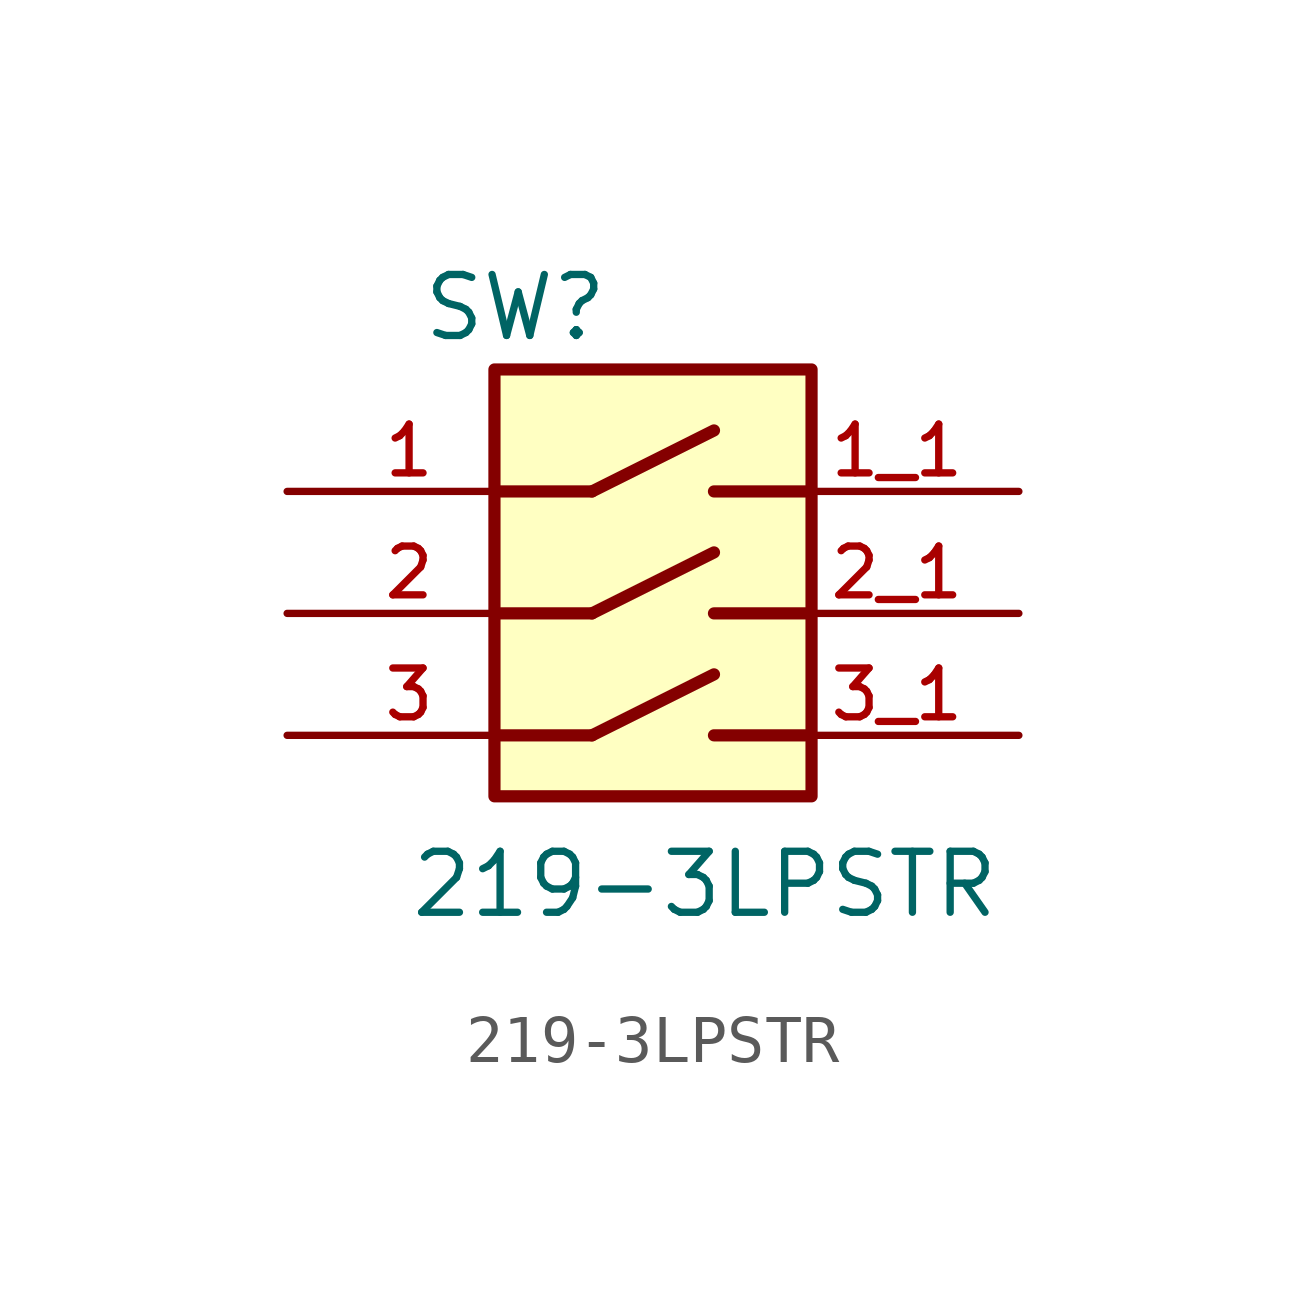
<source format=kicad_sym>
(kicad_symbol_lib
  (version 20211014)
  (generator kicad_symbol_editor)
  (symbol "219-3LPSTR"
    (pin_names
      (offset 1.016))
    (property "Reference" "SW"
      (at -4.843 5.625 0)
      (effects (font (size 1.27 1.27)) (justify bottom left)))
    (property "Value" "219-3LPSTR"
      (at -5.099 -6.388 0)
      (effects (font (size 1.27 1.27)) (justify bottom left)))
    (symbol "219-3LPSTR_0_0"
      (polyline (pts (xy -3.175 2.54) (xy -1.27 2.54)) (stroke (width 0.254)))
      (polyline (pts (xy 1.27 2.54) (xy 3.175 2.54)) (stroke (width 0.254)))
      (polyline (pts (xy -1.27 2.54) (xy 1.27 3.81)) (stroke (width 0.254)))
      (polyline (pts (xy -3.175 0.0) (xy -1.27 0.0)) (stroke (width 0.254)))
      (polyline (pts (xy 1.27 0.0) (xy 3.175 0.0)) (stroke (width 0.254)))
      (polyline (pts (xy -1.27 0.0) (xy 1.27 1.27)) (stroke (width 0.254)))
      (polyline (pts (xy -3.175 -2.54) (xy -1.27 -2.54)) (stroke (width 0.254)))
      (polyline (pts (xy 1.27 -2.54) (xy 3.175 -2.54)) (stroke (width 0.254)))
      (polyline (pts (xy -1.27 -2.54) (xy 1.27 -1.27)) (stroke (width 0.254)))
      (rectangle (start -3.302 -3.81) (end 3.302 5.08) (stroke (width 0.254)) (fill (type background)))
      (pin passive line (at -7.62 2.54 0) (length 5.08) (name "~" (effects (font (size 1.016 1.016)))) (number "1" (effects (font (size 1.016 1.016)))))
      (pin passive line (at 7.62 2.54 180.0) (length 5.08) (name "~" (effects (font (size 1.016 1.016)))) (number "1_1" (effects (font (size 1.016 1.016)))))
      (pin passive line (at -7.62 0.0 0) (length 5.08) (name "~" (effects (font (size 1.016 1.016)))) (number "2" (effects (font (size 1.016 1.016)))))
      (pin passive line (at 7.62 0.0 180.0) (length 5.08) (name "~" (effects (font (size 1.016 1.016)))) (number "2_1" (effects (font (size 1.016 1.016)))))
      (pin passive line (at -7.62 -2.54 0) (length 5.08) (name "~" (effects (font (size 1.016 1.016)))) (number "3" (effects (font (size 1.016 1.016)))))
      (pin passive line (at 7.62 -2.54 180.0) (length 5.08) (name "~" (effects (font (size 1.016 1.016)))) (number "3_1" (effects (font (size 1.016 1.016))))))))
</source>
